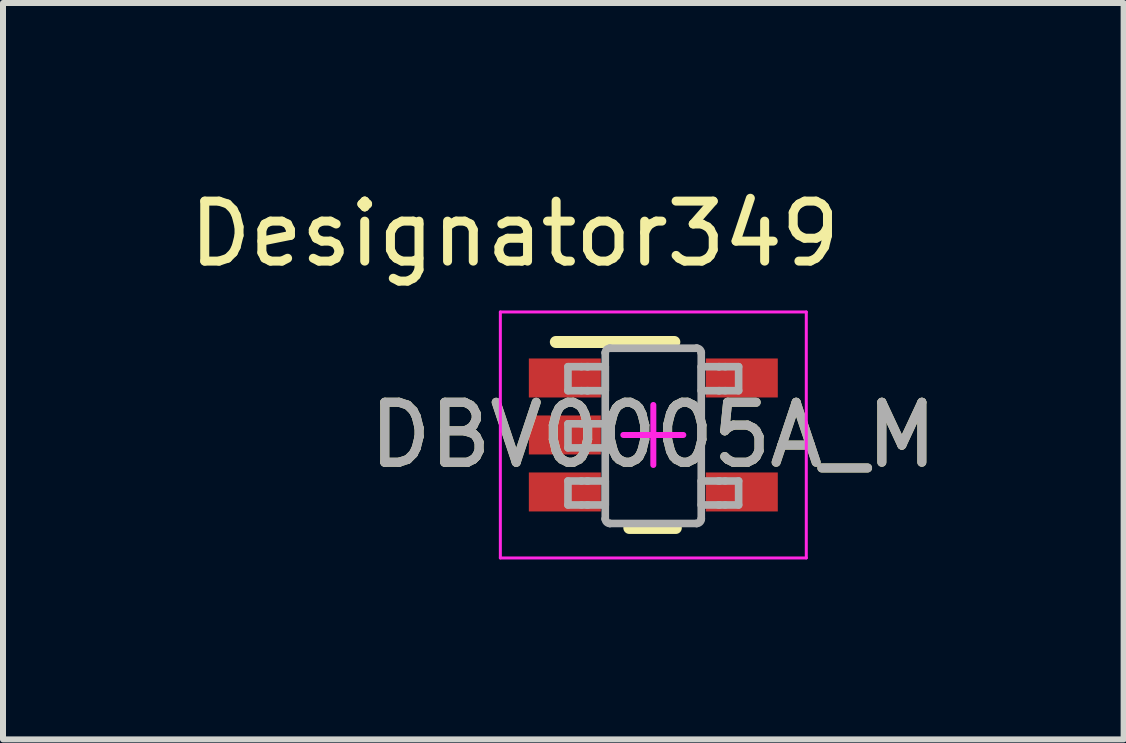
<source format=kicad_pcb>
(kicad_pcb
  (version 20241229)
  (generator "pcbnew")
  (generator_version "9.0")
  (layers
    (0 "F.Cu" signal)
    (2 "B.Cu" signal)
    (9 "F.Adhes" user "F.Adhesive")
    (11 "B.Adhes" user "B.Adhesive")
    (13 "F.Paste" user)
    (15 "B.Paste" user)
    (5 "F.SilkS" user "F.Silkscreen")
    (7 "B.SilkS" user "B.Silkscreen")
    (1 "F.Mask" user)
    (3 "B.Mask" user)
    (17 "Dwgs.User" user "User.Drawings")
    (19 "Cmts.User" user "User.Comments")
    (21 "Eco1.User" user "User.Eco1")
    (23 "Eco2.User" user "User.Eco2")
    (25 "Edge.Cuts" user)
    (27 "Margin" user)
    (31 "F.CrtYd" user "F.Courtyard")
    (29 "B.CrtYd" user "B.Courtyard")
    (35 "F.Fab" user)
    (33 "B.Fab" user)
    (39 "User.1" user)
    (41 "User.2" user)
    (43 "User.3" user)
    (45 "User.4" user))
  (footprint "DBV0005A_M"
    (layer "F.Cu")
    (at 7.841 4.201)
    (property "Reference" "DBV0005A_M" (at 0 0 0) (unlocked yes) (layer "F.SilkS") (effects (font (size 1 1) (thickness 0.15))))
    (attr smd)
    (fp_line (start -1.625 -1.55) (end 0.35 -1.55) (stroke (width 0.2) (type solid)) (layer "F.SilkS"))
    (fp_line (start -0.4 1.55) (end 0.375 1.55) (stroke (width 0.2) (type solid)) (layer "F.SilkS"))
    (fp_line (start -2.55 -2.05) (end 2.55 -2.05) (stroke (width 0.05) (type solid)) (layer "F.CrtYd"))
    (fp_line (start -2.55 2.05) (end -2.55 -2.05) (stroke (width 0.05) (type solid)) (layer "F.CrtYd"))
    (fp_line (start -2.55 2.05) (end 2.55 2.05) (stroke (width 0.05) (type solid)) (layer "F.CrtYd"))
    (fp_line (start -0.5 0) (end 0.5 0) (stroke (width 0.1) (type solid)) (layer "F.CrtYd"))
    (fp_line (start 0 0.5) (end 0 -0.5) (stroke (width 0.1) (type solid)) (layer "F.CrtYd"))
    (fp_line (start 2.55 2.05) (end 2.55 -2.05) (stroke (width 0.05) (type solid)) (layer "F.CrtYd"))
    (fp_line (start -1.423 -1.138) (end -1.199 -1.138) (stroke (width 0.127) (type solid)) (layer "F.Fab"))
    (fp_line (start -1.423 -0.738) (end -1.423 -1.138) (stroke (width 0.127) (type solid)) (layer "F.Fab"))
    (fp_line (start -1.423 -0.738) (end -1.199 -0.738) (stroke (width 0.127) (type solid)) (layer "F.Fab"))
    (fp_line (start -1.423 -0.186) (end -1.199 -0.186) (stroke (width 0.127) (type solid)) (layer "F.Fab"))
    (fp_line (start -1.423 0.215) (end -1.423 -0.186) (stroke (width 0.127) (type solid)) (layer "F.Fab"))
    (fp_line (start -1.423 0.215) (end -1.199 0.215) (stroke (width 0.127) (type solid)) (layer "F.Fab"))
    (fp_line (start -1.423 0.767) (end -1.199 0.767) (stroke (width 0.127) (type solid)) (layer "F.Fab"))
    (fp_line (start -1.423 1.167) (end -1.423 0.767) (stroke (width 0.127) (type solid)) (layer "F.Fab"))
    (fp_line (start -1.423 1.167) (end -1.199 1.167) (stroke (width 0.127) (type solid)) (layer "F.Fab"))
    (fp_line (start -1.199 -1.138) (end -1.105 -1.138) (stroke (width 0.127) (type solid)) (layer "F.Fab"))
    (fp_line (start -1.199 -0.738) (end -1.105 -0.738) (stroke (width 0.127) (type solid)) (layer "F.Fab"))
    (fp_line (start -1.199 -0.186) (end -1.105 -0.186) (stroke (width 0.127) (type solid)) (layer "F.Fab"))
    (fp_line (start -1.199 0.215) (end -1.105 0.215) (stroke (width 0.127) (type solid)) (layer "F.Fab"))
    (fp_line (start -1.199 0.767) (end -1.105 0.767) (stroke (width 0.127) (type solid)) (layer "F.Fab"))
    (fp_line (start -1.199 1.167) (end -1.105 1.167) (stroke (width 0.127) (type solid)) (layer "F.Fab"))
    (fp_line (start -1.105 -1.138) (end -1.088 -1.138) (stroke (width 0.127) (type solid)) (layer "F.Fab"))
    (fp_line (start -1.105 -0.738) (end -1.088 -0.738) (stroke (width 0.127) (type solid)) (layer "F.Fab"))
    (fp_line (start -1.105 -0.186) (end -1.088 -0.186) (stroke (width 0.127) (type solid)) (layer "F.Fab"))
    (fp_line (start -1.105 0.215) (end -1.088 0.215) (stroke (width 0.127) (type solid)) (layer "F.Fab"))
    (fp_line (start -1.105 0.767) (end -1.088 0.767) (stroke (width 0.127) (type solid)) (layer "F.Fab"))
    (fp_line (start -1.105 1.167) (end -1.088 1.167) (stroke (width 0.127) (type solid)) (layer "F.Fab"))
    (fp_line (start -1.088 -1.138) (end -0.835 -1.138) (stroke (width 0.127) (type solid)) (layer "F.Fab"))
    (fp_line (start -1.088 -0.738) (end -0.835 -0.738) (stroke (width 0.127) (type solid)) (layer "F.Fab"))
    (fp_line (start -1.088 -0.186) (end -0.835 -0.186) (stroke (width 0.127) (type solid)) (layer "F.Fab"))
    (fp_line (start -1.088 0.215) (end -0.835 0.215) (stroke (width 0.127) (type solid)) (layer "F.Fab"))
    (fp_line (start -1.088 0.767) (end -0.835 0.767) (stroke (width 0.127) (type solid)) (layer "F.Fab"))
    (fp_line (start -1.088 1.167) (end -0.835 1.167) (stroke (width 0.127) (type solid)) (layer "F.Fab"))
    (fp_line (start -0.835 -1.138) (end -0.801 -1.138) (stroke (width 0.127) (type solid)) (layer "F.Fab"))
    (fp_line (start -0.835 -0.738) (end -0.801 -0.738) (stroke (width 0.127) (type solid)) (layer "F.Fab"))
    (fp_line (start -0.835 -0.186) (end -0.801 -0.186) (stroke (width 0.127) (type solid)) (layer "F.Fab"))
    (fp_line (start -0.835 0.215) (end -0.801 0.215) (stroke (width 0.127) (type solid)) (layer "F.Fab"))
    (fp_line (start -0.835 0.767) (end -0.801 0.767) (stroke (width 0.127) (type solid)) (layer "F.Fab"))
    (fp_line (start -0.835 1.167) (end -0.801 1.167) (stroke (width 0.127) (type solid)) (layer "F.Fab"))
    (fp_line (start -0.801 -1.37) (end -0.801 -1.371) (stroke (width 0.127) (type solid)) (layer "F.Fab"))
    (fp_line (start -0.801 -0.738) (end -0.801 -1.138) (stroke (width 0.127) (type solid)) (layer "F.Fab"))
    (fp_line (start -0.801 0.215) (end -0.801 -0.186) (stroke (width 0.127) (type solid)) (layer "F.Fab"))
    (fp_line (start -0.801 1.167) (end -0.801 0.767) (stroke (width 0.127) (type solid)) (layer "F.Fab"))
    (fp_line (start -0.801 1.399) (end -0.801 -1.37) (stroke (width 0.127) (type solid)) (layer "F.Fab"))
    (fp_line (start -0.801 1.4) (end -0.801 1.399) (stroke (width 0.127) (type solid)) (layer "F.Fab"))
    (fp_line (start -0.725 -1.446) (end -0.725 -1.446) (stroke (width 0.127) (type solid)) (layer "F.Fab"))
    (fp_line (start -0.725 1.475) (end -0.725 1.475) (stroke (width 0.127) (type solid)) (layer "F.Fab"))
    (fp_line (start -0.725 -1.446) (end 0.723 -1.446) (stroke (width 0.127) (type solid)) (layer "F.Fab"))
    (fp_line (start -0.725 1.475) (end 0.723 1.475) (stroke (width 0.127) (type solid)) (layer "F.Fab"))
    (fp_line (start 0.723 -1.446) (end 0.724 -1.446) (stroke (width 0.127) (type solid)) (layer "F.Fab"))
    (fp_line (start 0.723 1.475) (end 0.724 1.475) (stroke (width 0.127) (type solid)) (layer "F.Fab"))
    (fp_line (start 0.799 -1.37) (end 0.799 -1.371) (stroke (width 0.127) (type solid)) (layer "F.Fab"))
    (fp_line (start 0.799 -1.138) (end 0.834 -1.138) (stroke (width 0.127) (type solid)) (layer "F.Fab"))
    (fp_line (start 0.799 -0.738) (end 0.799 -1.138) (stroke (width 0.127) (type solid)) (layer "F.Fab"))
    (fp_line (start 0.799 -0.738) (end 0.834 -0.738) (stroke (width 0.127) (type solid)) (layer "F.Fab"))
    (fp_line (start 0.799 0.767) (end 0.834 0.767) (stroke (width 0.127) (type solid)) (layer "F.Fab"))
    (fp_line (start 0.799 1.167) (end 0.799 0.767) (stroke (width 0.127) (type solid)) (layer "F.Fab"))
    (fp_line (start 0.799 1.167) (end 0.834 1.167) (stroke (width 0.127) (type solid)) (layer "F.Fab"))
    (fp_line (start 0.799 1.399) (end 0.799 -1.37) (stroke (width 0.127) (type solid)) (layer "F.Fab"))
    (fp_line (start 0.799 1.4) (end 0.799 1.399) (stroke (width 0.127) (type solid)) (layer "F.Fab"))
    (fp_line (start 0.834 -1.138) (end 1.087 -1.138) (stroke (width 0.127) (type solid)) (layer "F.Fab"))
    (fp_line (start 0.834 -0.738) (end 1.087 -0.738) (stroke (width 0.127) (type solid)) (layer "F.Fab"))
    (fp_line (start 0.834 0.767) (end 1.087 0.767) (stroke (width 0.127) (type solid)) (layer "F.Fab"))
    (fp_line (start 0.834 1.167) (end 1.087 1.167) (stroke (width 0.127) (type solid)) (layer "F.Fab"))
    (fp_line (start 1.087 -1.138) (end 1.103 -1.138) (stroke (width 0.127) (type solid)) (layer "F.Fab"))
    (fp_line (start 1.087 -0.738) (end 1.103 -0.738) (stroke (width 0.127) (type solid)) (layer "F.Fab"))
    (fp_line (start 1.087 0.767) (end 1.103 0.767) (stroke (width 0.127) (type solid)) (layer "F.Fab"))
    (fp_line (start 1.087 1.167) (end 1.103 1.167) (stroke (width 0.127) (type solid)) (layer "F.Fab"))
    (fp_line (start 1.103 -1.138) (end 1.198 -1.138) (stroke (width 0.127) (type solid)) (layer "F.Fab"))
    (fp_line (start 1.103 -0.738) (end 1.198 -0.738) (stroke (width 0.127) (type solid)) (layer "F.Fab"))
    (fp_line (start 1.103 0.767) (end 1.198 0.767) (stroke (width 0.127) (type solid)) (layer "F.Fab"))
    (fp_line (start 1.103 1.167) (end 1.198 1.167) (stroke (width 0.127) (type solid)) (layer "F.Fab"))
    (fp_line (start 1.198 -1.138) (end 1.422 -1.138) (stroke (width 0.127) (type solid)) (layer "F.Fab"))
    (fp_line (start 1.198 -0.738) (end 1.422 -0.738) (stroke (width 0.127) (type solid)) (layer "F.Fab"))
    (fp_line (start 1.198 0.767) (end 1.422 0.767) (stroke (width 0.127) (type solid)) (layer "F.Fab"))
    (fp_line (start 1.198 1.167) (end 1.422 1.167) (stroke (width 0.127) (type solid)) (layer "F.Fab"))
    (fp_line (start 1.422 -0.738) (end 1.422 -1.138) (stroke (width 0.127) (type solid)) (layer "F.Fab"))
    (fp_line (start 1.422 1.167) (end 1.422 0.767) (stroke (width 0.127) (type solid)) (layer "F.Fab"))
    (fp_arc (start -0.80074 -1.37084) (mid -0.778218 -1.423887) (end -0.724999 -1.445998) (stroke (width 0.127) (type solid)) (layer "F.Fab"))
    (fp_arc (start -0.724999 1.475) (mid -0.778213 1.452901) (end -0.80074 1.399867) (stroke (width 0.127) (type solid)) (layer "F.Fab"))
    (fp_arc (start 0.723714 -1.445998) (mid 0.776933 -1.423887) (end 0.799455 -1.37084) (stroke (width 0.127) (type solid)) (layer "F.Fab"))
    (fp_arc (start 0.799455 1.399868) (mid 0.776927 1.452901) (end 0.723713 1.475) (stroke (width 0.127) (type solid)) (layer "F.Fab"))
    (fp_text user "Designator349" (at -2.311 -3.353 0) (unlocked yes) (layer "F.SilkS") (effects (font (size 1 1) (thickness 0.15))))
    (fp_text user "${REFERENCE}" (at 0 0 0) (unlocked yes) (layer "F.Fab") (effects (font (size 1 1) (thickness 0.15))))
    (pad "1" smd rect (at -1.475 -0.95 90) (size 0.65 1.2) (layers "F.Cu" "F.Mask" "F.Paste"))
    (pad "2" smd rect (at -1.475 0 90) (size 0.65 1.2) (layers "F.Cu" "F.Mask" "F.Paste"))
    (pad "3" smd rect (at -1.475 0.95 90) (size 0.65 1.2) (layers "F.Cu" "F.Mask" "F.Paste"))
    (pad "4" smd rect (at 1.475 0.95 90) (size 0.65 1.2) (layers "F.Cu" "F.Mask" "F.Paste"))
    (pad "5" smd rect (at 1.475 -0.95 90) (size 0.65 1.2) (layers "F.Cu" "F.Mask" "F.Paste")))
  (gr_rect
    (start -3 -3)
    (end 15.681 9.276)
    (stroke (width 0.1) (type default))
    (fill no)
    (layer "Edge.Cuts")))
</source>
